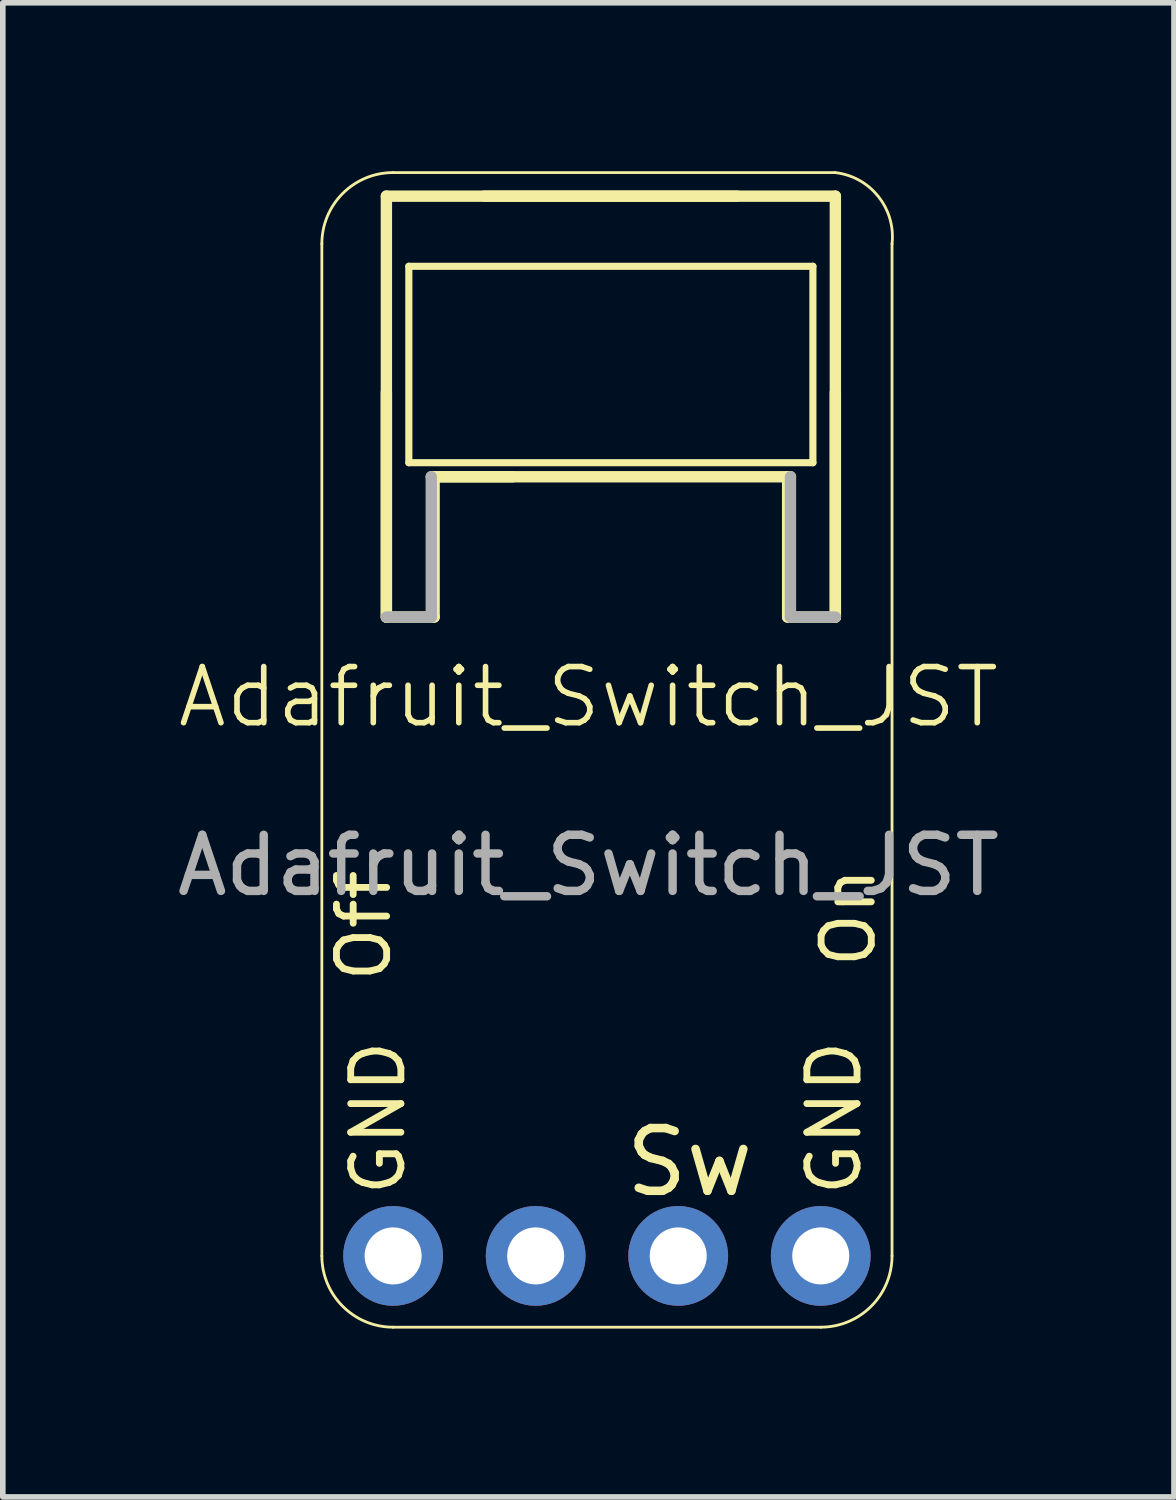
<source format=kicad_pcb>
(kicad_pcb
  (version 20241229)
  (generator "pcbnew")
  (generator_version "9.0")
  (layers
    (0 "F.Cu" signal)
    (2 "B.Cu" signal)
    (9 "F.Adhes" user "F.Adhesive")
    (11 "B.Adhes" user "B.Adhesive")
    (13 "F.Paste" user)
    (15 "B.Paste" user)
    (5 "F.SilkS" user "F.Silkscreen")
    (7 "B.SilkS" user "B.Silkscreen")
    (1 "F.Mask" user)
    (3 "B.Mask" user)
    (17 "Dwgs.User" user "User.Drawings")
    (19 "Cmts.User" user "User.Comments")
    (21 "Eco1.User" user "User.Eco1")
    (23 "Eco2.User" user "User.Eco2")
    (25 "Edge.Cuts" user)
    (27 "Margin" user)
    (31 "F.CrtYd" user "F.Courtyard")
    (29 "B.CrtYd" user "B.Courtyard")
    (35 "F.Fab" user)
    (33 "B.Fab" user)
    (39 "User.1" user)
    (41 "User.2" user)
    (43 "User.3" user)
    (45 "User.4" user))
  (footprint "Adafruit_Switch_JST"
    (layer "F.Cu")
    (at 7.435 9.87)
    (property "Reference" "Adafruit_Switch_JST" (at 0 -0.5 0) (unlocked yes) (layer "F.SilkS") (effects (font (size 1 1) (thickness 0.1))))
    (attr through_hole)
    (fp_line (start -4.75 9.459) (end -4.75 -8.575) (stroke (width 0.05) (type solid)) (layer "F.SilkS"))
    (fp_line (start -3.6 -9.425) (end 4.4 -9.425) (stroke (width 0.203) (type solid)) (layer "F.SilkS"))
    (fp_line (start -3.6 -1.925) (end -3.6 -9.425) (stroke (width 0.203) (type solid)) (layer "F.SilkS"))
    (fp_line (start -3.6 -1.925) (end -3.6 -5.925) (stroke (width 0.203) (type solid)) (layer "F.SilkS"))
    (fp_line (start -3.48 -9.845) (end 4.394 -9.845) (stroke (width 0.05) (type solid)) (layer "F.SilkS"))
    (fp_line (start -3.2 -8.175) (end 4 -8.175) (stroke (width 0.127) (type solid)) (layer "F.SilkS"))
    (fp_line (start -3.2 -4.675) (end -3.2 -8.175) (stroke (width 0.127) (type solid)) (layer "F.SilkS"))
    (fp_line (start -2.75 -4.425) (end -2.75 -1.925) (stroke (width 0.203) (type solid)) (layer "F.SilkS"))
    (fp_line (start -2.75 -1.925) (end -3.6 -1.925) (stroke (width 0.203) (type solid)) (layer "F.SilkS"))
    (fp_line (start -1.85 -9.425) (end 2.65 -9.425) (stroke (width 0.203) (type solid)) (layer "F.SilkS"))
    (fp_line (start -1.35 -4.425) (end -2.75 -4.425) (stroke (width 0.203) (type solid)) (layer "F.SilkS"))
    (fp_line (start 3.55 -1.925) (end 3.55 -4.425) (stroke (width 0.203) (type solid)) (layer "F.SilkS"))
    (fp_line (start 3.6 -4.425) (end -2.8 -4.425) (stroke (width 0.203) (type solid)) (layer "F.SilkS"))
    (fp_line (start 4 -8.175) (end 4 -4.675) (stroke (width 0.127) (type solid)) (layer "F.SilkS"))
    (fp_line (start 4 -4.675) (end -3.2 -4.675) (stroke (width 0.127) (type solid)) (layer "F.SilkS"))
    (fp_line (start 4.14 10.729) (end -3.48 10.729) (stroke (width 0.05) (type solid)) (layer "F.SilkS"))
    (fp_line (start 4.4 -9.425) (end 4.4 -1.925) (stroke (width 0.203) (type solid)) (layer "F.SilkS"))
    (fp_line (start 4.4 -5.925) (end 4.4 -1.925) (stroke (width 0.203) (type solid)) (layer "F.SilkS"))
    (fp_line (start 4.4 -1.925) (end 3.55 -1.925) (stroke (width 0.203) (type solid)) (layer "F.SilkS"))
    (fp_line (start 5.41 -8.575) (end 5.41 9.459) (stroke (width 0.05) (type solid)) (layer "F.SilkS"))
    (fp_arc (start -4.75 -8.575) (mid -4.378026 -9.473026) (end -3.48 -9.845) (stroke (width 0.05) (type solid)) (layer "F.SilkS"))
    (fp_arc (start -3.48 10.729) (mid -4.378026 10.357026) (end -4.75 9.459) (stroke (width 0.05) (type solid)) (layer "F.SilkS"))
    (fp_arc (start 4.394 -9.845) (mid 5.165026 -9.42042) (end 5.41 -8.575) (stroke (width 0.05) (type solid)) (layer "F.SilkS"))
    (fp_arc (start 5.41 9.459) (mid 5.038026 10.357026) (end 4.14 10.729) (stroke (width 0.05) (type solid)) (layer "F.SilkS"))
    (fp_line (start -2.8 -4.425) (end -2.8 -1.925) (stroke (width 0.203) (type solid)) (layer "F.Fab"))
    (fp_line (start -2.8 -1.925) (end -3.6 -1.925) (stroke (width 0.203) (type solid)) (layer "F.Fab"))
    (fp_line (start 3.6 -1.925) (end 3.6 -4.425) (stroke (width 0.203) (type solid)) (layer "F.Fab"))
    (fp_line (start 4.4 -1.925) (end 3.6 -1.925) (stroke (width 0.203) (type solid)) (layer "F.Fab"))
    (fp_text user "Sw" (at 0.584 8.443 0) (unlocked yes) (layer "F.SilkS") (effects (font (size 1.118 1.118) (thickness 0.152)) (justify left bottom)))
    (fp_text user "Off" (at -3.48 4.633 90) (unlocked yes) (layer "F.SilkS") (effects (font (size 0.894 0.894) (thickness 0.122)) (justify left bottom)))
    (fp_text user "GND" (at -3.226 8.443 90) (unlocked yes) (layer "F.SilkS") (effects (font (size 0.894 0.894) (thickness 0.122)) (justify left bottom)))
    (fp_text user "On" (at 5.156 4.379 90) (unlocked yes) (layer "F.SilkS") (effects (font (size 0.894 0.894) (thickness 0.122)) (justify left bottom)))
    (fp_text user "GND" (at 4.902 8.443 90) (unlocked yes) (layer "F.SilkS") (effects (font (size 0.894 0.894) (thickness 0.122)) (justify left bottom)))
    (fp_text user "${REFERENCE}" (at 0 2.5 0) (unlocked yes) (layer "F.Fab") (effects (font (size 1 1) (thickness 0.15))))
    (pad "1" thru_hole circle (at 4.14 9.459 270) (size 1.778 1.778) (drill 1.016) (layers "*.Cu" "*.Mask"))
    (pad "2" thru_hole circle (at 1.6 9.459 270) (size 1.778 1.778) (drill 1.016) (layers "*.Cu" "*.Mask"))
    (pad "3" thru_hole circle (at -0.94 9.459 270) (size 1.778 1.778) (drill 1.016) (layers "*.Cu" "*.Mask"))
    (pad "4" thru_hole circle (at -3.48 9.459 270) (size 1.778 1.778) (drill 1.016) (layers "*.Cu" "*.Mask")))
  (gr_rect
    (start -3 -3)
    (end 17.869 23.624)
    (stroke (width 0.1) (type default))
    (fill no)
    (layer "Edge.Cuts")))
</source>
